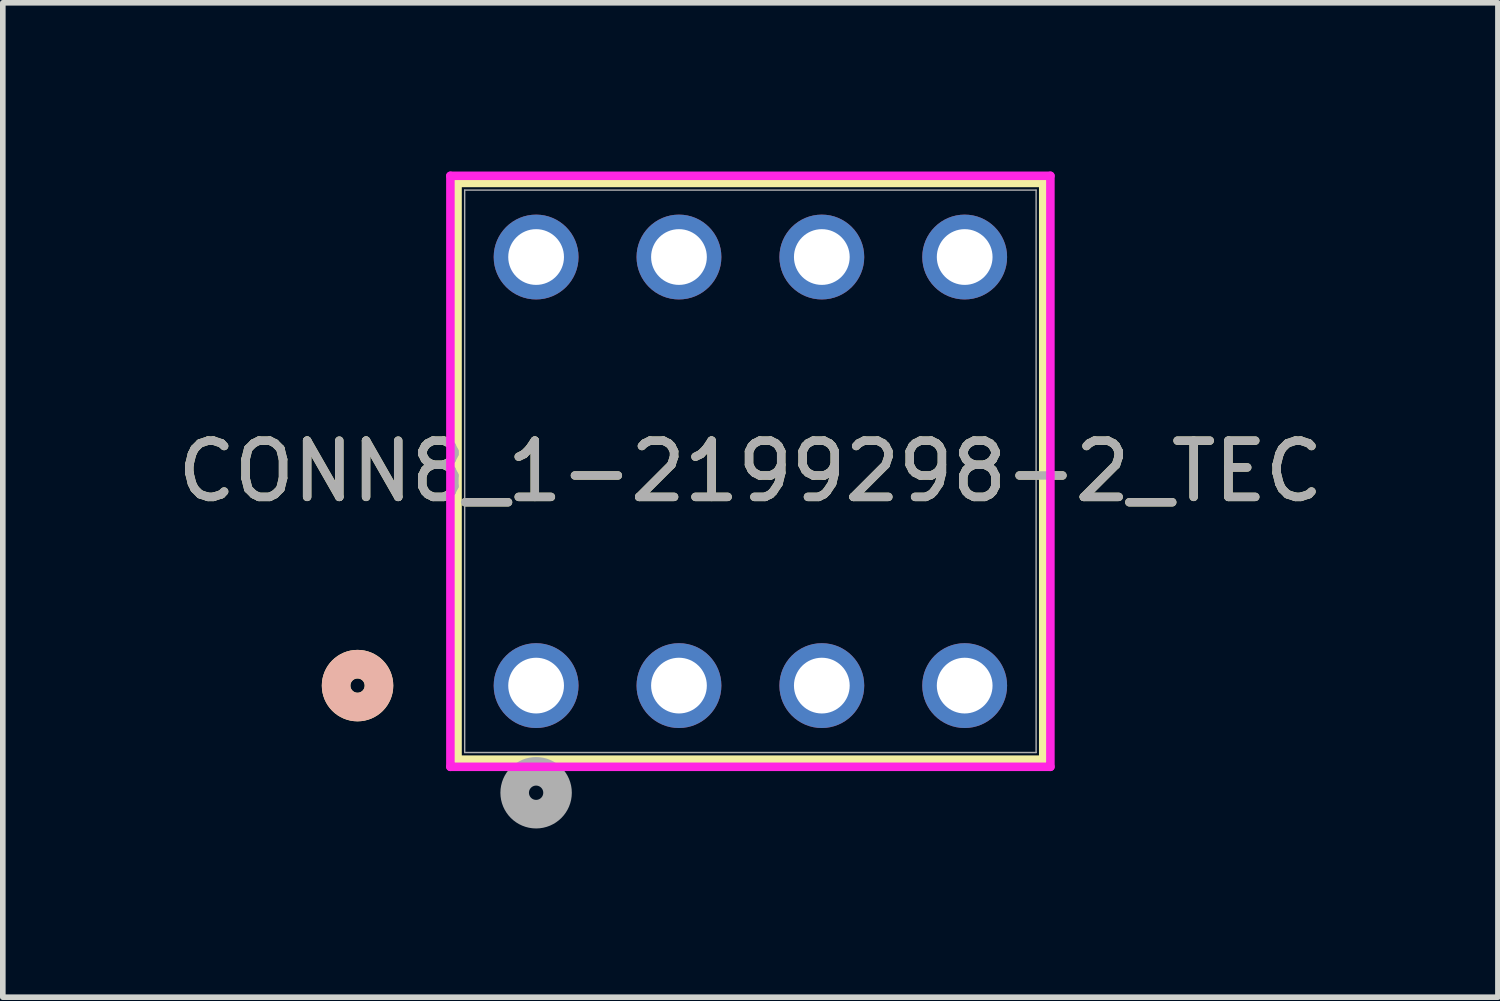
<source format=kicad_pcb>
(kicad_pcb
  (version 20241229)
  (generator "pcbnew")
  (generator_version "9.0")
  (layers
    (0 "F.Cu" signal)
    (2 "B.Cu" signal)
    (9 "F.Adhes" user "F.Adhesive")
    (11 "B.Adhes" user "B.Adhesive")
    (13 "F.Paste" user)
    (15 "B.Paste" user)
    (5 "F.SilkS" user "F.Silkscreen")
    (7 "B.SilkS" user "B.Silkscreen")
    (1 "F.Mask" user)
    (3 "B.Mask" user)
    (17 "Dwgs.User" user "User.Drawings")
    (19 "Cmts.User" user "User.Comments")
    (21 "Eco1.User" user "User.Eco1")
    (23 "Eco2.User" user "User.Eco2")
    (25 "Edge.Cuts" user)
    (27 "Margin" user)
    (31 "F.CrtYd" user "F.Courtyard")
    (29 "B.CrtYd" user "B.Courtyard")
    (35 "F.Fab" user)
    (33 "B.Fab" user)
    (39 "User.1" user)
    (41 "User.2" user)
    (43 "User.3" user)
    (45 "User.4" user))
  (footprint "CONN8_1-2199298-2_TEC"
    (layer "F.Cu")
    (at 6.482 9.14)
    (property "Reference" "CONN8_1-2199298-2_TEC" (at 3.81 -3.81 0) (unlocked yes) (layer "F.SilkS") (effects (font (size 1 1) (thickness 0.15))))
    (attr through_hole)
    (fp_line (start -1.397 -8.937) (end -1.397 1.317) (stroke (width 0.152) (type solid)) (layer "F.SilkS"))
    (fp_line (start -1.397 1.317) (end 9.017 1.317) (stroke (width 0.152) (type solid)) (layer "F.SilkS"))
    (fp_line (start 9.017 -8.937) (end -1.397 -8.937) (stroke (width 0.152) (type solid)) (layer "F.SilkS"))
    (fp_line (start 9.017 1.317) (end 9.017 -8.937) (stroke (width 0.152) (type solid)) (layer "F.SilkS"))
    (fp_circle (center -3.175 0) (end -2.794 0) (stroke (width 0.508) (type solid)) (fill no) (layer "F.SilkS"))
    (fp_circle (center -3.175 0) (end -2.794 0) (stroke (width 0.508) (type solid)) (fill no) (layer "B.SilkS"))
    (fp_line (start -1.524 -9.064) (end -1.524 1.444) (stroke (width 0.152) (type solid)) (layer "F.CrtYd"))
    (fp_line (start -1.524 1.444) (end 9.144 1.444) (stroke (width 0.152) (type solid)) (layer "F.CrtYd"))
    (fp_line (start 9.144 -9.064) (end -1.524 -9.064) (stroke (width 0.152) (type solid)) (layer "F.CrtYd"))
    (fp_line (start 9.144 1.444) (end 9.144 -9.064) (stroke (width 0.152) (type solid)) (layer "F.CrtYd"))
    (fp_line (start -1.27 -8.81) (end -1.27 1.19) (stroke (width 0.025) (type solid)) (layer "F.Fab"))
    (fp_line (start -1.27 1.19) (end 8.89 1.19) (stroke (width 0.025) (type solid)) (layer "F.Fab"))
    (fp_line (start 8.89 -8.81) (end -1.27 -8.81) (stroke (width 0.025) (type solid)) (layer "F.Fab"))
    (fp_line (start 8.89 1.19) (end 8.89 -8.81) (stroke (width 0.025) (type solid)) (layer "F.Fab"))
    (fp_circle (center 0 1.905) (end 0.381 1.905) (stroke (width 0.508) (type solid)) (fill no) (layer "F.Fab"))
    (fp_text user "${REFERENCE}" (at 3.81 -3.81 0) (unlocked yes) (layer "F.Fab") (effects (font (size 1 1) (thickness 0.15))))
    (pad "1" thru_hole circle (at 0 0) (size 1.508 1.508) (drill 0.991) (layers "*.Cu" "*.Mask"))
    (pad "2" thru_hole circle (at 2.54 0) (size 1.508 1.508) (drill 0.991) (layers "*.Cu" "*.Mask"))
    (pad "3" thru_hole circle (at 5.08 0) (size 1.508 1.508) (drill 0.991) (layers "*.Cu" "*.Mask"))
    (pad "4" thru_hole circle (at 7.62 0) (size 1.508 1.508) (drill 0.991) (layers "*.Cu" "*.Mask"))
    (pad "5" thru_hole circle (at 0 -7.62) (size 1.508 1.508) (drill 0.991) (layers "*.Cu" "*.Mask"))
    (pad "6" thru_hole circle (at 2.54 -7.62) (size 1.508 1.508) (drill 0.991) (layers "*.Cu" "*.Mask"))
    (pad "7" thru_hole circle (at 5.08 -7.62) (size 1.508 1.508) (drill 0.991) (layers "*.Cu" "*.Mask"))
    (pad "8" thru_hole circle (at 7.62 -7.62) (size 1.508 1.508) (drill 0.991) (layers "*.Cu" "*.Mask")))
  (gr_rect
    (start -3 -3)
    (end 23.583 14.68)
    (stroke (width 0.1) (type default))
    (fill no)
    (layer "Edge.Cuts")))
</source>
